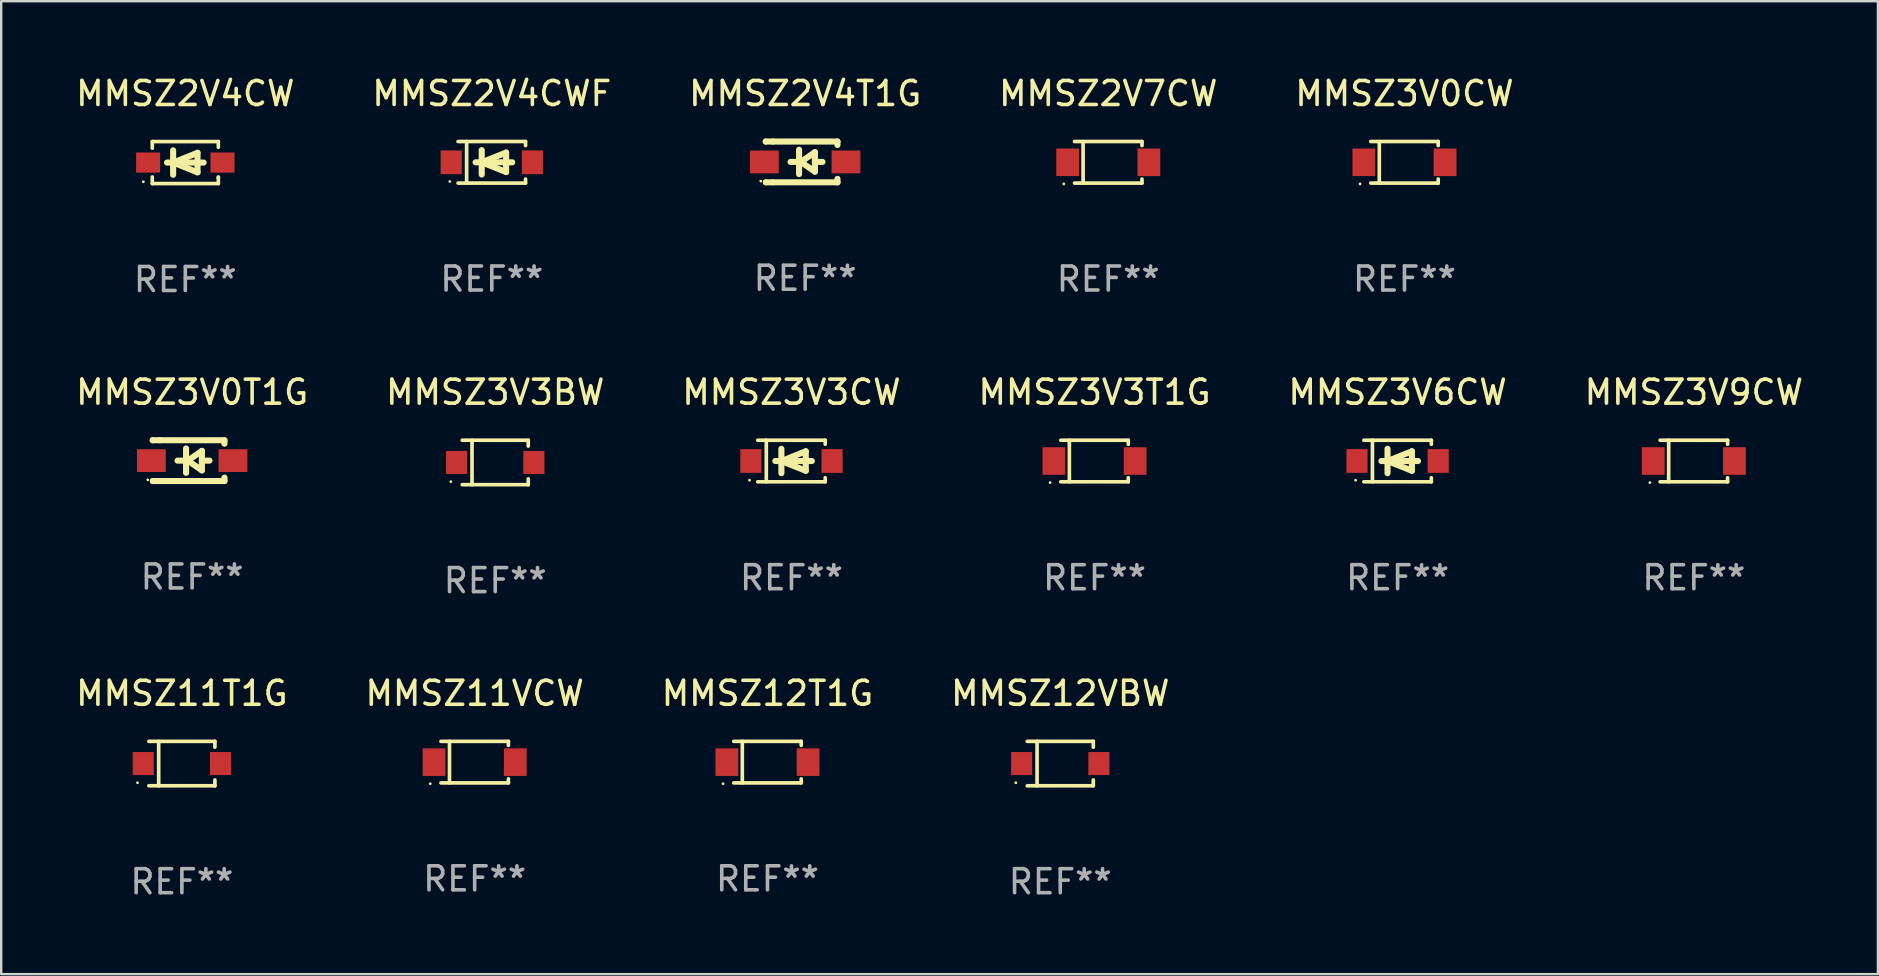
<source format=kicad_pcb>
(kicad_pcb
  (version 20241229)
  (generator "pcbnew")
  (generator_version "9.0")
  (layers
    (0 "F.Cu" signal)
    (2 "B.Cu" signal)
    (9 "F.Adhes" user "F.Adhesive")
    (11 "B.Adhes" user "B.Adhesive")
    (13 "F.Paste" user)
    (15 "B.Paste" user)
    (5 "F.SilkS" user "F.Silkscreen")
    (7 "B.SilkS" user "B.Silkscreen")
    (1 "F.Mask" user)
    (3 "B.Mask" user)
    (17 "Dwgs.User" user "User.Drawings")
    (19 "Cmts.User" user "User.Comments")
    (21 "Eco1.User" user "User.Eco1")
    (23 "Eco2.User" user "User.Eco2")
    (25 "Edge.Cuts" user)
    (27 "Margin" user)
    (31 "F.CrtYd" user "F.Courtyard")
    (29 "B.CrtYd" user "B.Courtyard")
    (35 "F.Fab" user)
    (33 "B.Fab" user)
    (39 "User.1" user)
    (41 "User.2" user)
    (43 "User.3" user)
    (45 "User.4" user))
  (footprint "MMSZ2V4T1G"
    (layer "F.Cu")
    (at 30.506 3.698)
    (property "Reference" "MMSZ2V4T1G" (at 0 -2.85 0) (layer "F.SilkS") (effects (font (size 1 1) (thickness 0.15))))
    (attr through_hole)
    (fp_line (start -1.643 -0.85) (end -1.644 -0.849) (stroke (width 0.254) (type solid)) (layer "F.SilkS"))
    (fp_line (start -1.638 0.85) (end -1.639 0.849) (stroke (width 0.254) (type solid)) (layer "F.SilkS"))
    (fp_line (start -1.346 -0.85) (end -1.643 -0.85) (stroke (width 0.254) (type solid)) (layer "F.SilkS"))
    (fp_line (start -1.346 -0.85) (end 1.346 -0.85) (stroke (width 0.254) (type solid)) (layer "F.SilkS"))
    (fp_line (start -1.346 0.85) (end -1.638 0.85) (stroke (width 0.254) (type solid)) (layer "F.SilkS"))
    (fp_line (start -0.28 0) (end -0.61 0) (stroke (width 0.254) (type solid)) (layer "F.SilkS"))
    (fp_line (start -0.254 -0.508) (end -0.254 0.508) (stroke (width 0.254) (type solid)) (layer "F.SilkS"))
    (fp_line (start -0.178 0) (end 0.406 -0.406) (stroke (width 0.254) (type solid)) (layer "F.SilkS"))
    (fp_line (start 0.406 -0.406) (end 0.406 0.406) (stroke (width 0.254) (type solid)) (layer "F.SilkS"))
    (fp_line (start 0.406 -0.000254) (end 0.72 -0.000254) (stroke (width 0.254) (type solid)) (layer "F.SilkS"))
    (fp_line (start 0.406 0.406) (end -0.178 0) (stroke (width 0.254) (type solid)) (layer "F.SilkS"))
    (fp_line (start 1.346 -0.85) (end 1.346 -0.706) (stroke (width 0.254) (type solid)) (layer "F.SilkS"))
    (fp_line (start 1.346 0.706) (end 1.346 0.85) (stroke (width 0.254) (type solid)) (layer "F.SilkS"))
    (fp_line (start 1.346 0.85) (end -1.346 0.85) (stroke (width 0.254) (type solid)) (layer "F.SilkS"))
    (fp_circle (center -1.85 0.8) (end -1.82 0.8) (stroke (width 0.06) (type solid)) (fill no) (layer "F.SilkS"))
    (fp_text user "REF**" (at 0 4.85 0) (layer "F.Fab") (effects (font (size 1 1) (thickness 0.15))))
    (pad "1" smd rect (at -1.7 0) (size 1.2 0.95) (layers "F.Cu" "F.Mask" "F.Paste"))
    (pad "2" smd rect (at 1.7 0) (size 1.2 0.95) (layers "F.Cu" "F.Mask" "F.Paste")))
  (footprint "MMSZ3V6CW"
    (layer "F.Cu")
    (at 55.196 16.163)
    (property "Reference" "MMSZ3V6CW" (at 0 -2.866 0) (layer "F.SilkS") (effects (font (size 1 1) (thickness 0.15))))
    (attr through_hole)
    (fp_line (start -1.406 -0.866) (end 1.406 -0.866) (stroke (width 0.152) (type solid)) (layer "F.SilkS"))
    (fp_line (start -1.406 0.866) (end 1.406 0.866) (stroke (width 0.152) (type solid)) (layer "F.SilkS"))
    (fp_line (start -1.049 -0.866) (end -1.049 0.866) (stroke (width 0.152) (type solid)) (layer "F.SilkS"))
    (fp_line (start -0.674 0) (end 0.85 0) (stroke (width 0.254) (type solid)) (layer "F.SilkS"))
    (fp_line (start -0.42 -0.508) (end -0.42 0.508) (stroke (width 0.254) (type solid)) (layer "F.SilkS"))
    (fp_line (start -0.42 0) (end 0.596 -0.406) (stroke (width 0.254) (type solid)) (layer "F.SilkS"))
    (fp_line (start 0.596 -0.406) (end 0.596 0.406) (stroke (width 0.254) (type solid)) (layer "F.SilkS"))
    (fp_line (start 0.596 0.406) (end -0.42 0) (stroke (width 0.254) (type solid)) (layer "F.SilkS"))
    (fp_line (start 1.406 -0.866) (end 1.406 -0.698) (stroke (width 0.152) (type solid)) (layer "F.SilkS"))
    (fp_line (start 1.406 0.866) (end 1.406 0.698) (stroke (width 0.152) (type solid)) (layer "F.SilkS"))
    (fp_circle (center -1.75 0.8) (end -1.72 0.8) (stroke (width 0.06) (type solid)) (fill no) (layer "F.SilkS"))
    (fp_text user "REF**" (at 0 4.866 0) (layer "F.Fab") (effects (font (size 1 1) (thickness 0.15))))
    (pad "1" smd rect (at -1.692 0) (size 0.88 0.99) (layers "F.Cu" "F.Mask" "F.Paste"))
    (pad "2" smd rect (at 1.692 0) (size 0.88 0.99) (layers "F.Cu" "F.Mask" "F.Paste")))
  (footprint "MMSZ3V0CW"
    (layer "F.Cu")
    (at 55.482 3.714)
    (property "Reference" "MMSZ3V0CW" (at 0 -2.866 0) (layer "F.SilkS") (effects (font (size 1 1) (thickness 0.15))))
    (attr through_hole)
    (fp_line (start -1.406 -0.866) (end 1.406 -0.866) (stroke (width 0.152) (type solid)) (layer "F.SilkS"))
    (fp_line (start -1.406 0.866) (end 1.406 0.866) (stroke (width 0.152) (type solid)) (layer "F.SilkS"))
    (fp_line (start -1.049 -0.866) (end -1.049 0.866) (stroke (width 0.152) (type solid)) (layer "F.SilkS"))
    (fp_line (start 1.406 -0.866) (end 1.406 -0.698) (stroke (width 0.152) (type solid)) (layer "F.SilkS"))
    (fp_line (start 1.406 0.866) (end 1.406 0.698) (stroke (width 0.152) (type solid)) (layer "F.SilkS"))
    (fp_circle (center -1.851 0.9) (end -1.821 0.9) (stroke (width 0.06) (type solid)) (fill no) (layer "F.SilkS"))
    (fp_text user "REF**" (at 0 4.866 0) (layer "F.Fab") (effects (font (size 1 1) (thickness 0.15))))
    (pad "1" smd rect (at -1.692 0) (size 0.95 1.15) (layers "F.Cu" "F.Mask" "F.Paste"))
    (pad "2" smd rect (at 1.692 0) (size 0.95 1.15) (layers "F.Cu" "F.Mask" "F.Paste")))
  (footprint "MMSZ11T1G"
    (layer "F.Cu")
    (at 4.53 28.772)
    (property "Reference" "MMSZ11T1G" (at 0 -2.926 0) (layer "F.SilkS") (effects (font (size 1 1) (thickness 0.15))))
    (attr through_hole)
    (fp_line (start -1.376 -0.926) (end 1.376 -0.926) (stroke (width 0.152) (type solid)) (layer "F.SilkS"))
    (fp_line (start -1.376 0.926) (end 1.376 0.926) (stroke (width 0.152) (type solid)) (layer "F.SilkS"))
    (fp_line (start -0.967 -0.926) (end -0.967 0.926) (stroke (width 0.152) (type solid)) (layer "F.SilkS"))
    (fp_line (start 1.376 -0.926) (end 1.376 -0.683) (stroke (width 0.152) (type solid)) (layer "F.SilkS"))
    (fp_line (start 1.376 0.926) (end 1.376 0.683) (stroke (width 0.152) (type solid)) (layer "F.SilkS"))
    (fp_circle (center -1.85 0.8) (end -1.82 0.8) (stroke (width 0.06) (type solid)) (fill no) (layer "F.SilkS"))
    (fp_text user "REF**" (at 0 4.926 0) (layer "F.Fab") (effects (font (size 1 1) (thickness 0.15))))
    (pad "1" smd rect (at -1.61 0) (size 0.88 0.96) (layers "F.Cu" "F.Mask" "F.Paste"))
    (pad "2" smd rect (at 1.61 0) (size 0.88 0.96) (layers "F.Cu" "F.Mask" "F.Paste")))
  (footprint "MMSZ2V4CW"
    (layer "F.Cu")
    (at 4.673 3.725)
    (property "Reference" "MMSZ2V4CW" (at 0 -2.876 0) (layer "F.SilkS") (effects (font (size 1 1) (thickness 0.15))))
    (attr through_hole)
    (fp_line (start -1.376 -0.876) (end -1.376 -0.6) (stroke (width 0.152) (type solid)) (layer "F.SilkS"))
    (fp_line (start -1.376 -0.876) (end 1.376 -0.876) (stroke (width 0.152) (type solid)) (layer "F.SilkS"))
    (fp_line (start -1.376 0.6) (end -1.376 0.876) (stroke (width 0.152) (type solid)) (layer "F.SilkS"))
    (fp_line (start -1.376 0.876) (end 1.376 0.876) (stroke (width 0.152) (type solid)) (layer "F.SilkS"))
    (fp_line (start -0.762 -0.000051) (end 0.762 -0.000051) (stroke (width 0.254) (type solid)) (layer "F.SilkS"))
    (fp_line (start -0.508 -0.508) (end -0.508 0.508) (stroke (width 0.254) (type solid)) (layer "F.SilkS"))
    (fp_line (start -0.508 -0.000051) (end 0.508 -0.406) (stroke (width 0.254) (type solid)) (layer "F.SilkS"))
    (fp_line (start 0.508 -0.406) (end 0.508 0.406) (stroke (width 0.254) (type solid)) (layer "F.SilkS"))
    (fp_line (start 0.508 0.406) (end -0.508 -0.000051) (stroke (width 0.254) (type solid)) (layer "F.SilkS"))
    (fp_line (start 1.376 0.631) (end 1.376 0.6) (stroke (width 0.152) (type solid)) (layer "F.SilkS"))
    (fp_line (start 1.376 0.876) (end 1.376 0.631) (stroke (width 0.152) (type solid)) (layer "F.SilkS"))
    (fp_line (start 1.376 -0.876) (end 1.376 -0.635) (stroke (width 0.152) (type solid)) (layer "F.SilkS"))
    (fp_circle (center -1.75 0.8) (end -1.72 0.8) (stroke (width 0.06) (type solid)) (fill no) (layer "F.SilkS"))
    (fp_text user "REF**" (at 0 4.876 0) (layer "F.Fab") (effects (font (size 1 1) (thickness 0.15))))
    (pad "1" smd rect (at -1.55 -0.000051) (size 1 0.84) (layers "F.Cu" "F.Mask" "F.Paste"))
    (pad "2" smd rect (at 1.55 -0.000051) (size 1 0.84) (layers "F.Cu" "F.Mask" "F.Paste")))
  (footprint "MMSZ3V3BW"
    (layer "F.Cu")
    (at 17.589 16.223)
    (property "Reference" "MMSZ3V3BW" (at 0 -2.926 0) (layer "F.SilkS") (effects (font (size 1 1) (thickness 0.15))))
    (attr through_hole)
    (fp_line (start -1.376 -0.926) (end 1.376 -0.926) (stroke (width 0.152) (type solid)) (layer "F.SilkS"))
    (fp_line (start -1.376 0.926) (end 1.376 0.926) (stroke (width 0.152) (type solid)) (layer "F.SilkS"))
    (fp_line (start -0.967 -0.926) (end -0.967 0.926) (stroke (width 0.152) (type solid)) (layer "F.SilkS"))
    (fp_line (start 1.376 -0.926) (end 1.376 -0.683) (stroke (width 0.152) (type solid)) (layer "F.SilkS"))
    (fp_line (start 1.376 0.926) (end 1.376 0.683) (stroke (width 0.152) (type solid)) (layer "F.SilkS"))
    (fp_circle (center -1.85 0.8) (end -1.82 0.8) (stroke (width 0.06) (type solid)) (fill no) (layer "F.SilkS"))
    (fp_text user "REF**" (at 0 4.926 0) (layer "F.Fab") (effects (font (size 1 1) (thickness 0.15))))
    (pad "1" smd rect (at -1.61 0) (size 0.88 0.96) (layers "F.Cu" "F.Mask" "F.Paste"))
    (pad "2" smd rect (at 1.61 0) (size 0.88 0.96) (layers "F.Cu" "F.Mask" "F.Paste")))
  (footprint "MMSZ3V9CW"
    (layer "F.Cu")
    (at 67.542 16.163)
    (property "Reference" "MMSZ3V9CW" (at 0 -2.866 0) (layer "F.SilkS") (effects (font (size 1 1) (thickness 0.15))))
    (attr through_hole)
    (fp_line (start -1.406 -0.866) (end 1.406 -0.866) (stroke (width 0.152) (type solid)) (layer "F.SilkS"))
    (fp_line (start -1.406 0.866) (end 1.406 0.866) (stroke (width 0.152) (type solid)) (layer "F.SilkS"))
    (fp_line (start -1.049 -0.866) (end -1.049 0.866) (stroke (width 0.152) (type solid)) (layer "F.SilkS"))
    (fp_line (start 1.406 -0.866) (end 1.406 -0.698) (stroke (width 0.152) (type solid)) (layer "F.SilkS"))
    (fp_line (start 1.406 0.866) (end 1.406 0.698) (stroke (width 0.152) (type solid)) (layer "F.SilkS"))
    (fp_circle (center -1.833 0.9) (end -1.803 0.9) (stroke (width 0.06) (type solid)) (fill no) (layer "F.SilkS"))
    (fp_text user "REF**" (at 0 4.866 0) (layer "F.Fab") (effects (font (size 1 1) (thickness 0.15))))
    (pad "1" smd rect (at -1.692 -0.000102) (size 0.95 1.15) (layers "F.Cu" "F.Mask" "F.Paste"))
    (pad "2" smd rect (at 1.692 -0.000102) (size 0.95 1.15) (layers "F.Cu" "F.Mask" "F.Paste")))
  (footprint "MMSZ2V7CW"
    (layer "F.Cu")
    (at 43.137 3.714)
    (property "Reference" "MMSZ2V7CW" (at 0 -2.866 0) (layer "F.SilkS") (effects (font (size 1 1) (thickness 0.15))))
    (attr through_hole)
    (fp_line (start -1.406 -0.866) (end 1.406 -0.866) (stroke (width 0.152) (type solid)) (layer "F.SilkS"))
    (fp_line (start -1.406 0.866) (end 1.406 0.866) (stroke (width 0.152) (type solid)) (layer "F.SilkS"))
    (fp_line (start -1.049 -0.866) (end -1.049 0.866) (stroke (width 0.152) (type solid)) (layer "F.SilkS"))
    (fp_line (start 1.406 -0.866) (end 1.406 -0.698) (stroke (width 0.152) (type solid)) (layer "F.SilkS"))
    (fp_line (start 1.406 0.866) (end 1.406 0.698) (stroke (width 0.152) (type solid)) (layer "F.SilkS"))
    (fp_circle (center -1.851 0.9) (end -1.821 0.9) (stroke (width 0.06) (type solid)) (fill no) (layer "F.SilkS"))
    (fp_text user "REF**" (at 0 4.866 0) (layer "F.Fab") (effects (font (size 1 1) (thickness 0.15))))
    (pad "1" smd rect (at -1.692 0) (size 0.95 1.15) (layers "F.Cu" "F.Mask" "F.Paste"))
    (pad "2" smd rect (at 1.692 0) (size 0.95 1.15) (layers "F.Cu" "F.Mask" "F.Paste")))
  (footprint "MMSZ3V3T1G"
    (layer "F.Cu")
    (at 42.565 16.163)
    (property "Reference" "MMSZ3V3T1G" (at 0 -2.866 0) (layer "F.SilkS") (effects (font (size 1 1) (thickness 0.15))))
    (attr through_hole)
    (fp_line (start -1.406 -0.866) (end 1.406 -0.866) (stroke (width 0.152) (type solid)) (layer "F.SilkS"))
    (fp_line (start -1.406 0.866) (end 1.406 0.866) (stroke (width 0.152) (type solid)) (layer "F.SilkS"))
    (fp_line (start -1.049 -0.866) (end -1.049 0.866) (stroke (width 0.152) (type solid)) (layer "F.SilkS"))
    (fp_line (start 1.406 -0.866) (end 1.406 -0.698) (stroke (width 0.152) (type solid)) (layer "F.SilkS"))
    (fp_line (start 1.406 0.866) (end 1.406 0.698) (stroke (width 0.152) (type solid)) (layer "F.SilkS"))
    (fp_circle (center -1.851 0.9) (end -1.821 0.9) (stroke (width 0.06) (type solid)) (fill no) (layer "F.SilkS"))
    (fp_text user "REF**" (at 0 4.866 0) (layer "F.Fab") (effects (font (size 1 1) (thickness 0.15))))
    (pad "1" smd rect (at -1.692 0) (size 0.95 1.15) (layers "F.Cu" "F.Mask" "F.Paste"))
    (pad "2" smd rect (at 1.692 0) (size 0.95 1.15) (layers "F.Cu" "F.Mask" "F.Paste")))
  (footprint "MMSZ12T1G"
    (layer "F.Cu")
    (at 28.935 28.712)
    (property "Reference" "MMSZ12T1G" (at 0 -2.866 0) (layer "F.SilkS") (effects (font (size 1 1) (thickness 0.15))))
    (attr through_hole)
    (fp_line (start -1.406 -0.866) (end 1.406 -0.866) (stroke (width 0.152) (type solid)) (layer "F.SilkS"))
    (fp_line (start -1.406 0.866) (end 1.406 0.866) (stroke (width 0.152) (type solid)) (layer "F.SilkS"))
    (fp_line (start -1.049 -0.866) (end -1.049 0.866) (stroke (width 0.152) (type solid)) (layer "F.SilkS"))
    (fp_line (start 1.406 -0.866) (end 1.406 -0.698) (stroke (width 0.152) (type solid)) (layer "F.SilkS"))
    (fp_line (start 1.406 0.866) (end 1.406 0.698) (stroke (width 0.152) (type solid)) (layer "F.SilkS"))
    (fp_circle (center -1.851 0.9) (end -1.821 0.9) (stroke (width 0.06) (type solid)) (fill no) (layer "F.SilkS"))
    (fp_text user "REF**" (at 0 4.866 0) (layer "F.Fab") (effects (font (size 1 1) (thickness 0.15))))
    (pad "1" smd rect (at -1.692 0) (size 0.95 1.15) (layers "F.Cu" "F.Mask" "F.Paste"))
    (pad "2" smd rect (at 1.692 0) (size 0.95 1.15) (layers "F.Cu" "F.Mask" "F.Paste")))
  (footprint "MMSZ3V0T1G"
    (layer "F.Cu")
    (at 4.958 16.147)
    (property "Reference" "MMSZ3V0T1G" (at 0 -2.85 0) (layer "F.SilkS") (effects (font (size 1 1) (thickness 0.15))))
    (attr through_hole)
    (fp_line (start -1.643 -0.85) (end -1.644 -0.849) (stroke (width 0.254) (type solid)) (layer "F.SilkS"))
    (fp_line (start -1.638 0.85) (end -1.639 0.849) (stroke (width 0.254) (type solid)) (layer "F.SilkS"))
    (fp_line (start -1.346 -0.85) (end -1.643 -0.85) (stroke (width 0.254) (type solid)) (layer "F.SilkS"))
    (fp_line (start -1.346 -0.85) (end 1.346 -0.85) (stroke (width 0.254) (type solid)) (layer "F.SilkS"))
    (fp_line (start -1.346 0.85) (end -1.638 0.85) (stroke (width 0.254) (type solid)) (layer "F.SilkS"))
    (fp_line (start -0.28 0) (end -0.61 0) (stroke (width 0.254) (type solid)) (layer "F.SilkS"))
    (fp_line (start -0.254 -0.508) (end -0.254 0.508) (stroke (width 0.254) (type solid)) (layer "F.SilkS"))
    (fp_line (start -0.178 0) (end 0.406 -0.406) (stroke (width 0.254) (type solid)) (layer "F.SilkS"))
    (fp_line (start 0.406 -0.406) (end 0.406 0.406) (stroke (width 0.254) (type solid)) (layer "F.SilkS"))
    (fp_line (start 0.406 -0.000254) (end 0.72 -0.000254) (stroke (width 0.254) (type solid)) (layer "F.SilkS"))
    (fp_line (start 0.406 0.406) (end -0.178 0) (stroke (width 0.254) (type solid)) (layer "F.SilkS"))
    (fp_line (start 1.346 -0.85) (end 1.346 -0.706) (stroke (width 0.254) (type solid)) (layer "F.SilkS"))
    (fp_line (start 1.346 0.706) (end 1.346 0.85) (stroke (width 0.254) (type solid)) (layer "F.SilkS"))
    (fp_line (start 1.346 0.85) (end -1.346 0.85) (stroke (width 0.254) (type solid)) (layer "F.SilkS"))
    (fp_circle (center -1.85 0.8) (end -1.82 0.8) (stroke (width 0.06) (type solid)) (fill no) (layer "F.SilkS"))
    (fp_text user "REF**" (at 0 4.85 0) (layer "F.Fab") (effects (font (size 1 1) (thickness 0.15))))
    (pad "1" smd rect (at -1.7 0) (size 1.2 0.95) (layers "F.Cu" "F.Mask" "F.Paste"))
    (pad "2" smd rect (at 1.7 0) (size 1.2 0.95) (layers "F.Cu" "F.Mask" "F.Paste")))
  (footprint "MMSZ11VCW"
    (layer "F.Cu")
    (at 16.732 28.712)
    (property "Reference" "MMSZ11VCW" (at 0 -2.866 0) (layer "F.SilkS") (effects (font (size 1 1) (thickness 0.15))))
    (attr through_hole)
    (fp_line (start -1.406 -0.866) (end 1.406 -0.866) (stroke (width 0.152) (type solid)) (layer "F.SilkS"))
    (fp_line (start -1.406 0.866) (end 1.406 0.866) (stroke (width 0.152) (type solid)) (layer "F.SilkS"))
    (fp_line (start -1.049 -0.866) (end -1.049 0.866) (stroke (width 0.152) (type solid)) (layer "F.SilkS"))
    (fp_line (start 1.406 -0.866) (end 1.406 -0.698) (stroke (width 0.152) (type solid)) (layer "F.SilkS"))
    (fp_line (start 1.406 0.866) (end 1.406 0.698) (stroke (width 0.152) (type solid)) (layer "F.SilkS"))
    (fp_circle (center -1.851 0.9) (end -1.821 0.9) (stroke (width 0.06) (type solid)) (fill no) (layer "F.SilkS"))
    (fp_text user "REF**" (at 0 4.866 0) (layer "F.Fab") (effects (font (size 1 1) (thickness 0.15))))
    (pad "1" smd rect (at -1.692 0) (size 0.95 1.15) (layers "F.Cu" "F.Mask" "F.Paste"))
    (pad "2" smd rect (at 1.692 0) (size 0.95 1.15) (layers "F.Cu" "F.Mask" "F.Paste")))
  (footprint "MMSZ12VBW"
    (layer "F.Cu")
    (at 41.137 28.772)
    (property "Reference" "MMSZ12VBW" (at 0 -2.926 0) (layer "F.SilkS") (effects (font (size 1 1) (thickness 0.15))))
    (attr through_hole)
    (fp_line (start -1.376 -0.926) (end 1.376 -0.926) (stroke (width 0.152) (type solid)) (layer "F.SilkS"))
    (fp_line (start -1.376 0.926) (end 1.376 0.926) (stroke (width 0.152) (type solid)) (layer "F.SilkS"))
    (fp_line (start -0.967 -0.926) (end -0.967 0.926) (stroke (width 0.152) (type solid)) (layer "F.SilkS"))
    (fp_line (start 1.376 -0.926) (end 1.376 -0.683) (stroke (width 0.152) (type solid)) (layer "F.SilkS"))
    (fp_line (start 1.376 0.926) (end 1.376 0.683) (stroke (width 0.152) (type solid)) (layer "F.SilkS"))
    (fp_circle (center -1.85 0.8) (end -1.82 0.8) (stroke (width 0.06) (type solid)) (fill no) (layer "F.SilkS"))
    (fp_text user "REF**" (at 0 4.926 0) (layer "F.Fab") (effects (font (size 1 1) (thickness 0.15))))
    (pad "1" smd rect (at -1.61 0) (size 0.88 0.96) (layers "F.Cu" "F.Mask" "F.Paste"))
    (pad "2" smd rect (at 1.61 0) (size 0.88 0.96) (layers "F.Cu" "F.Mask" "F.Paste")))
  (footprint "MMSZ3V3CW"
    (layer "F.Cu")
    (at 29.935 16.163)
    (property "Reference" "MMSZ3V3CW" (at 0 -2.866 0) (layer "F.SilkS") (effects (font (size 1 1) (thickness 0.15))))
    (attr through_hole)
    (fp_line (start -1.406 -0.866) (end 1.406 -0.866) (stroke (width 0.152) (type solid)) (layer "F.SilkS"))
    (fp_line (start -1.406 0.866) (end 1.406 0.866) (stroke (width 0.152) (type solid)) (layer "F.SilkS"))
    (fp_line (start -1.049 -0.866) (end -1.049 0.866) (stroke (width 0.152) (type solid)) (layer "F.SilkS"))
    (fp_line (start -0.674 0) (end 0.85 0) (stroke (width 0.254) (type solid)) (layer "F.SilkS"))
    (fp_line (start -0.42 -0.508) (end -0.42 0.508) (stroke (width 0.254) (type solid)) (layer "F.SilkS"))
    (fp_line (start -0.42 0) (end 0.596 -0.406) (stroke (width 0.254) (type solid)) (layer "F.SilkS"))
    (fp_line (start 0.596 -0.406) (end 0.596 0.406) (stroke (width 0.254) (type solid)) (layer "F.SilkS"))
    (fp_line (start 0.596 0.406) (end -0.42 0) (stroke (width 0.254) (type solid)) (layer "F.SilkS"))
    (fp_line (start 1.406 -0.866) (end 1.406 -0.698) (stroke (width 0.152) (type solid)) (layer "F.SilkS"))
    (fp_line (start 1.406 0.866) (end 1.406 0.698) (stroke (width 0.152) (type solid)) (layer "F.SilkS"))
    (fp_circle (center -1.75 0.8) (end -1.72 0.8) (stroke (width 0.06) (type solid)) (fill no) (layer "F.SilkS"))
    (fp_text user "REF**" (at 0 4.866 0) (layer "F.Fab") (effects (font (size 1 1) (thickness 0.15))))
    (pad "1" smd rect (at -1.692 0) (size 0.88 0.99) (layers "F.Cu" "F.Mask" "F.Paste"))
    (pad "2" smd rect (at 1.692 0) (size 0.88 0.99) (layers "F.Cu" "F.Mask" "F.Paste")))
  (footprint "MMSZ2V4CWF"
    (layer "F.Cu")
    (at 17.446 3.714)
    (property "Reference" "MMSZ2V4CWF" (at 0 -2.866 0) (layer "F.SilkS") (effects (font (size 1 1) (thickness 0.15))))
    (attr through_hole)
    (fp_line (start -1.406 -0.866) (end 1.406 -0.866) (stroke (width 0.152) (type solid)) (layer "F.SilkS"))
    (fp_line (start -1.406 0.866) (end 1.406 0.866) (stroke (width 0.152) (type solid)) (layer "F.SilkS"))
    (fp_line (start -1.049 -0.866) (end -1.049 0.866) (stroke (width 0.152) (type solid)) (layer "F.SilkS"))
    (fp_line (start -0.674 0) (end 0.85 0) (stroke (width 0.254) (type solid)) (layer "F.SilkS"))
    (fp_line (start -0.42 -0.508) (end -0.42 0.508) (stroke (width 0.254) (type solid)) (layer "F.SilkS"))
    (fp_line (start -0.42 0) (end 0.596 -0.406) (stroke (width 0.254) (type solid)) (layer "F.SilkS"))
    (fp_line (start 0.596 -0.406) (end 0.596 0.406) (stroke (width 0.254) (type solid)) (layer "F.SilkS"))
    (fp_line (start 0.596 0.406) (end -0.42 0) (stroke (width 0.254) (type solid)) (layer "F.SilkS"))
    (fp_line (start 1.406 -0.866) (end 1.406 -0.698) (stroke (width 0.152) (type solid)) (layer "F.SilkS"))
    (fp_line (start 1.406 0.866) (end 1.406 0.698) (stroke (width 0.152) (type solid)) (layer "F.SilkS"))
    (fp_circle (center -1.75 0.8) (end -1.72 0.8) (stroke (width 0.06) (type solid)) (fill no) (layer "F.SilkS"))
    (fp_text user "REF**" (at 0 4.866 0) (layer "F.Fab") (effects (font (size 1 1) (thickness 0.15))))
    (pad "1" smd rect (at -1.692 0) (size 0.88 0.99) (layers "F.Cu" "F.Mask" "F.Paste"))
    (pad "2" smd rect (at 1.692 0) (size 0.88 0.99) (layers "F.Cu" "F.Mask" "F.Paste")))
  (gr_rect
    (start -3 -3)
    (end 75.214 37.547)
    (stroke (width 0.1) (type default))
    (fill no)
    (layer "Edge.Cuts")))
</source>
